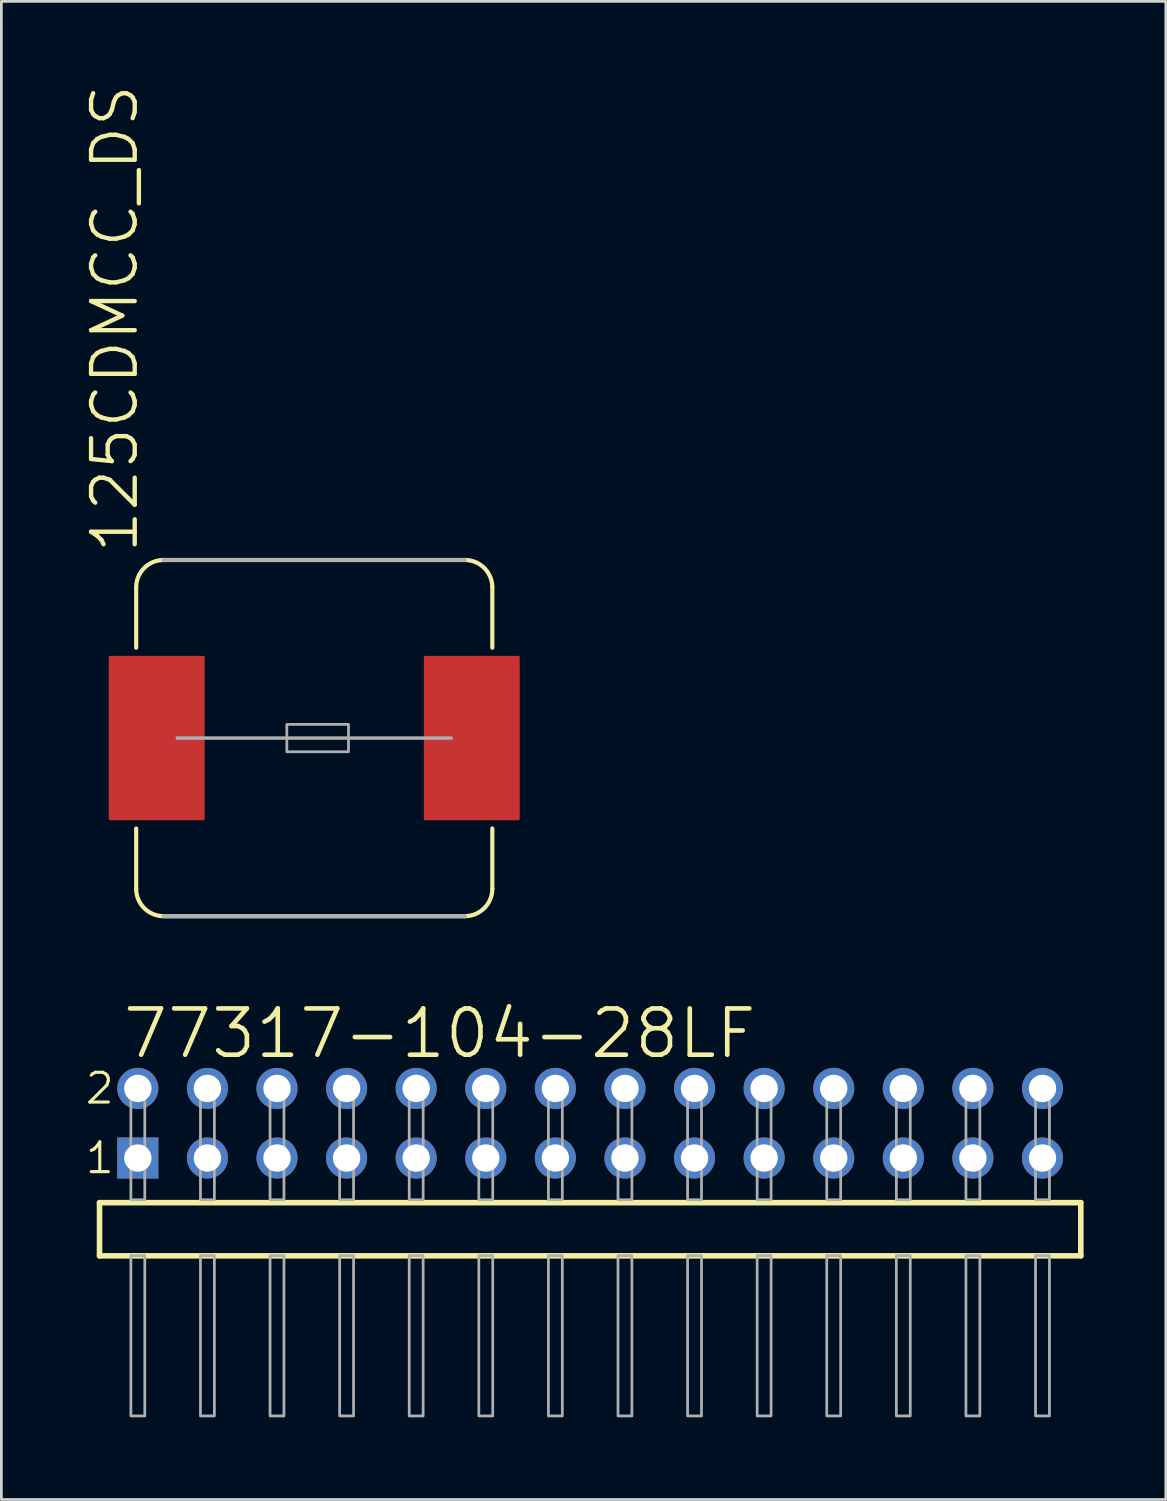
<source format=kicad_pcb>
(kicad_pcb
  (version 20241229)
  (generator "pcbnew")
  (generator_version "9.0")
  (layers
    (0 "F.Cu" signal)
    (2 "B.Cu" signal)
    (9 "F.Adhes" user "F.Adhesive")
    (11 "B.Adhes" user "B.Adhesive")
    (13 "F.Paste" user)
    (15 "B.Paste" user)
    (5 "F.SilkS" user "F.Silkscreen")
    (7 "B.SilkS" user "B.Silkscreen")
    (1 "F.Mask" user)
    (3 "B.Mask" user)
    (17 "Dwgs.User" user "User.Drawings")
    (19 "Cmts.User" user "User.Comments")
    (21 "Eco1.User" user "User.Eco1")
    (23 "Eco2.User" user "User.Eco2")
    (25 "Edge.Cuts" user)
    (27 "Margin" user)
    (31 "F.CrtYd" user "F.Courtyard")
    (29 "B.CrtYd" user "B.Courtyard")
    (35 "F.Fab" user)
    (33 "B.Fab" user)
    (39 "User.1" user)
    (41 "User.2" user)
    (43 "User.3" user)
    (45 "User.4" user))
  (footprint "125CDMCC_DS"
    (layer "F.Cu")
    (at 8.42 23.89)
    (property "Reference" "125CDMCC_DS" (at -6.35 -6.668 270) (layer "F.SilkS") (effects (font (size 1.593 1.593) (thickness 0.159)) (justify left bottom)))
    (attr through_hole)
    (fp_line (start -6.5 -3.3) (end -6.5 -5.5) (stroke (width 0.152) (type solid)) (layer "F.SilkS"))
    (fp_line (start -6.5 3.3) (end -6.5 5.5) (stroke (width 0.152) (type solid)) (layer "F.SilkS"))
    (fp_line (start -5.5 -6.5) (end 5.5 -6.5) (stroke (width 0.152) (type solid)) (layer "F.SilkS"))
    (fp_line (start 5.5 6.5) (end -5.5 6.5) (stroke (width 0.152) (type solid)) (layer "F.SilkS"))
    (fp_line (start 6.5 -3.3) (end 6.5 -5.5) (stroke (width 0.152) (type solid)) (layer "F.SilkS"))
    (fp_line (start 6.5 3.3) (end 6.5 5.5) (stroke (width 0.152) (type solid)) (layer "F.SilkS"))
    (fp_arc (start -6.5 -5.5) (mid -6.207107 -6.207107) (end -5.5 -6.5) (stroke (width 0.1524) (type solid)) (layer "F.SilkS"))
    (fp_arc (start -5.5 6.5) (mid -6.207107 6.207107) (end -6.5 5.5) (stroke (width 0.1524) (type solid)) (layer "F.SilkS"))
    (fp_arc (start 5.5 -6.5) (mid 6.207107 -6.207107) (end 6.5 -5.5) (stroke (width 0.1524) (type solid)) (layer "F.SilkS"))
    (fp_arc (start 6.5 5.5) (mid 6.207107 6.207107) (end 5.5 6.5) (stroke (width 0.1524) (type solid)) (layer "F.SilkS"))
    (fp_line (start -5.5 6.5) (end 5.5 6.5) (stroke (width 0.152) (type solid)) (layer "F.Fab"))
    (fp_line (start -5 0) (end 5 0) (stroke (width 0.127) (type solid)) (layer "F.Fab"))
    (fp_line (start 5.5 -6.5) (end -5.5 -6.5) (stroke (width 0.152) (type solid)) (layer "F.Fab"))
    (fp_poly (pts (xy -1 0.5) (xy 1.25 0.5) (xy 1.25 -0.5) (xy -1 -0.5)) (stroke (width 0.1) (type solid)) (fill no) (layer "F.Fab"))
    (pad "1" smd roundrect (at -5.75 0 180) (size 3.5 6) (layers "F.Cu" "F.Mask" "F.Paste") (roundrect_rratio 0.015))
    (pad "2" smd roundrect (at 5.75 0 180) (size 3.5 6) (layers "F.Cu" "F.Mask" "F.Paste") (roundrect_rratio 0.015)))
  (footprint "77317-104-28LF"
    (layer "F.Cu")
    (at 35.001 36.678)
    (property "Reference" "77317-104-28LF" (at -33.655 -1.016 0) (layer "F.SilkS") (effects (font (size 1.689 1.689) (thickness 0.169)) (justify left bottom)))
    (attr through_hole)
    (fp_line (start -34.419 4.17) (end -34.419 6.11) (stroke (width 0.203) (type solid)) (layer "F.SilkS"))
    (fp_line (start -34.419 6.11) (end 1.399 6.11) (stroke (width 0.203) (type solid)) (layer "F.SilkS"))
    (fp_line (start 1.399 4.17) (end -34.419 4.17) (stroke (width 0.203) (type solid)) (layer "F.SilkS"))
    (fp_line (start 1.399 6.11) (end 1.399 4.17) (stroke (width 0.203) (type solid)) (layer "F.SilkS"))
    (fp_poly (pts (xy -33.274 4.064) (xy -32.766 4.064) (xy -32.766 -0.254) (xy -33.274 -0.254)) (stroke (width 0.1) (type solid)) (fill no) (layer "F.Fab"))
    (fp_poly (pts (xy -33.274 11.954) (xy -32.766 11.954) (xy -32.766 6.104) (xy -33.274 6.104)) (stroke (width 0.1) (type solid)) (fill no) (layer "F.Fab"))
    (fp_poly (pts (xy -30.734 4.064) (xy -30.226 4.064) (xy -30.226 -0.254) (xy -30.734 -0.254)) (stroke (width 0.1) (type solid)) (fill no) (layer "F.Fab"))
    (fp_poly (pts (xy -30.734 11.954) (xy -30.226 11.954) (xy -30.226 6.104) (xy -30.734 6.104)) (stroke (width 0.1) (type solid)) (fill no) (layer "F.Fab"))
    (fp_poly (pts (xy -28.194 4.064) (xy -27.686 4.064) (xy -27.686 -0.254) (xy -28.194 -0.254)) (stroke (width 0.1) (type solid)) (fill no) (layer "F.Fab"))
    (fp_poly (pts (xy -28.194 11.954) (xy -27.686 11.954) (xy -27.686 6.104) (xy -28.194 6.104)) (stroke (width 0.1) (type solid)) (fill no) (layer "F.Fab"))
    (fp_poly (pts (xy -25.654 4.064) (xy -25.146 4.064) (xy -25.146 -0.254) (xy -25.654 -0.254)) (stroke (width 0.1) (type solid)) (fill no) (layer "F.Fab"))
    (fp_poly (pts (xy -25.654 11.954) (xy -25.146 11.954) (xy -25.146 6.104) (xy -25.654 6.104)) (stroke (width 0.1) (type solid)) (fill no) (layer "F.Fab"))
    (fp_poly (pts (xy -23.114 4.064) (xy -22.606 4.064) (xy -22.606 -0.254) (xy -23.114 -0.254)) (stroke (width 0.1) (type solid)) (fill no) (layer "F.Fab"))
    (fp_poly (pts (xy -23.114 11.954) (xy -22.606 11.954) (xy -22.606 6.104) (xy -23.114 6.104)) (stroke (width 0.1) (type solid)) (fill no) (layer "F.Fab"))
    (fp_poly (pts (xy -20.574 4.064) (xy -20.066 4.064) (xy -20.066 -0.254) (xy -20.574 -0.254)) (stroke (width 0.1) (type solid)) (fill no) (layer "F.Fab"))
    (fp_poly (pts (xy -20.574 11.954) (xy -20.066 11.954) (xy -20.066 6.104) (xy -20.574 6.104)) (stroke (width 0.1) (type solid)) (fill no) (layer "F.Fab"))
    (fp_poly (pts (xy -18.034 4.064) (xy -17.526 4.064) (xy -17.526 -0.254) (xy -18.034 -0.254)) (stroke (width 0.1) (type solid)) (fill no) (layer "F.Fab"))
    (fp_poly (pts (xy -18.034 11.954) (xy -17.526 11.954) (xy -17.526 6.104) (xy -18.034 6.104)) (stroke (width 0.1) (type solid)) (fill no) (layer "F.Fab"))
    (fp_poly (pts (xy -15.494 4.064) (xy -14.986 4.064) (xy -14.986 -0.254) (xy -15.494 -0.254)) (stroke (width 0.1) (type solid)) (fill no) (layer "F.Fab"))
    (fp_poly (pts (xy -15.494 11.954) (xy -14.986 11.954) (xy -14.986 6.104) (xy -15.494 6.104)) (stroke (width 0.1) (type solid)) (fill no) (layer "F.Fab"))
    (fp_poly (pts (xy -12.954 4.064) (xy -12.446 4.064) (xy -12.446 -0.254) (xy -12.954 -0.254)) (stroke (width 0.1) (type solid)) (fill no) (layer "F.Fab"))
    (fp_poly (pts (xy -12.954 11.954) (xy -12.446 11.954) (xy -12.446 6.104) (xy -12.954 6.104)) (stroke (width 0.1) (type solid)) (fill no) (layer "F.Fab"))
    (fp_poly (pts (xy -10.414 4.064) (xy -9.906 4.064) (xy -9.906 -0.254) (xy -10.414 -0.254)) (stroke (width 0.1) (type solid)) (fill no) (layer "F.Fab"))
    (fp_poly (pts (xy -10.414 11.954) (xy -9.906 11.954) (xy -9.906 6.104) (xy -10.414 6.104)) (stroke (width 0.1) (type solid)) (fill no) (layer "F.Fab"))
    (fp_poly (pts (xy -7.874 4.064) (xy -7.366 4.064) (xy -7.366 -0.254) (xy -7.874 -0.254)) (stroke (width 0.1) (type solid)) (fill no) (layer "F.Fab"))
    (fp_poly (pts (xy -7.874 11.954) (xy -7.366 11.954) (xy -7.366 6.104) (xy -7.874 6.104)) (stroke (width 0.1) (type solid)) (fill no) (layer "F.Fab"))
    (fp_poly (pts (xy -5.334 4.064) (xy -4.826 4.064) (xy -4.826 -0.254) (xy -5.334 -0.254)) (stroke (width 0.1) (type solid)) (fill no) (layer "F.Fab"))
    (fp_poly (pts (xy -5.334 11.954) (xy -4.826 11.954) (xy -4.826 6.104) (xy -5.334 6.104)) (stroke (width 0.1) (type solid)) (fill no) (layer "F.Fab"))
    (fp_poly (pts (xy -2.794 4.064) (xy -2.286 4.064) (xy -2.286 -0.254) (xy -2.794 -0.254)) (stroke (width 0.1) (type solid)) (fill no) (layer "F.Fab"))
    (fp_poly (pts (xy -2.794 11.954) (xy -2.286 11.954) (xy -2.286 6.104) (xy -2.794 6.104)) (stroke (width 0.1) (type solid)) (fill no) (layer "F.Fab"))
    (fp_poly (pts (xy -0.254 4.064) (xy 0.254 4.064) (xy 0.254 -0.254) (xy -0.254 -0.254)) (stroke (width 0.1) (type solid)) (fill no) (layer "F.Fab"))
    (fp_poly (pts (xy -0.254 11.954) (xy 0.254 11.954) (xy 0.254 6.104) (xy -0.254 6.104)) (stroke (width 0.1) (type solid)) (fill no) (layer "F.Fab"))
    (fp_text user "2" (at -35.001 0.635 0) (layer "F.SilkS") (effects (font (size 1.086 1.086) (thickness 0.114)) (justify left bottom)))
    (fp_text user "1" (at -35.001 3.175 0) (layer "F.SilkS") (effects (font (size 1.086 1.086) (thickness 0.114)) (justify left bottom)))
    (pad "1" thru_hole rect (at -33.02 2.54) (size 1.5 1.5) (drill 1) (layers "*.Cu" "*.Mask"))
    (pad "2" thru_hole circle (at -33.02 0) (size 1.5 1.5) (drill 1) (layers "*.Cu" "*.Mask"))
    (pad "3" thru_hole circle (at -30.48 2.54) (size 1.5 1.5) (drill 1) (layers "*.Cu" "*.Mask"))
    (pad "4" thru_hole circle (at -30.48 0) (size 1.5 1.5) (drill 1) (layers "*.Cu" "*.Mask"))
    (pad "5" thru_hole circle (at -27.94 2.54) (size 1.5 1.5) (drill 1) (layers "*.Cu" "*.Mask"))
    (pad "6" thru_hole circle (at -27.94 0) (size 1.5 1.5) (drill 1) (layers "*.Cu" "*.Mask"))
    (pad "7" thru_hole circle (at -25.4 2.54) (size 1.5 1.5) (drill 1) (layers "*.Cu" "*.Mask"))
    (pad "8" thru_hole circle (at -25.4 0) (size 1.5 1.5) (drill 1) (layers "*.Cu" "*.Mask"))
    (pad "9" thru_hole circle (at -22.86 2.54) (size 1.5 1.5) (drill 1) (layers "*.Cu" "*.Mask"))
    (pad "10" thru_hole circle (at -22.86 0) (size 1.5 1.5) (drill 1) (layers "*.Cu" "*.Mask"))
    (pad "11" thru_hole circle (at -20.32 2.54) (size 1.5 1.5) (drill 1) (layers "*.Cu" "*.Mask"))
    (pad "12" thru_hole circle (at -20.32 0) (size 1.5 1.5) (drill 1) (layers "*.Cu" "*.Mask"))
    (pad "13" thru_hole circle (at -17.78 2.54) (size 1.5 1.5) (drill 1) (layers "*.Cu" "*.Mask"))
    (pad "14" thru_hole circle (at -17.78 0) (size 1.5 1.5) (drill 1) (layers "*.Cu" "*.Mask"))
    (pad "15" thru_hole circle (at -15.24 2.54) (size 1.5 1.5) (drill 1) (layers "*.Cu" "*.Mask"))
    (pad "16" thru_hole circle (at -15.24 0) (size 1.5 1.5) (drill 1) (layers "*.Cu" "*.Mask"))
    (pad "17" thru_hole circle (at -12.7 2.54) (size 1.5 1.5) (drill 1) (layers "*.Cu" "*.Mask"))
    (pad "18" thru_hole circle (at -12.7 0) (size 1.5 1.5) (drill 1) (layers "*.Cu" "*.Mask"))
    (pad "19" thru_hole circle (at -10.16 2.54) (size 1.5 1.5) (drill 1) (layers "*.Cu" "*.Mask"))
    (pad "20" thru_hole circle (at -10.16 0) (size 1.5 1.5) (drill 1) (layers "*.Cu" "*.Mask"))
    (pad "21" thru_hole circle (at -7.62 2.54) (size 1.5 1.5) (drill 1) (layers "*.Cu" "*.Mask"))
    (pad "22" thru_hole circle (at -7.62 0) (size 1.5 1.5) (drill 1) (layers "*.Cu" "*.Mask"))
    (pad "23" thru_hole circle (at -5.08 2.54) (size 1.5 1.5) (drill 1) (layers "*.Cu" "*.Mask"))
    (pad "24" thru_hole circle (at -5.08 0) (size 1.5 1.5) (drill 1) (layers "*.Cu" "*.Mask"))
    (pad "25" thru_hole circle (at -2.54 2.54) (size 1.5 1.5) (drill 1) (layers "*.Cu" "*.Mask"))
    (pad "26" thru_hole circle (at -2.54 0) (size 1.5 1.5) (drill 1) (layers "*.Cu" "*.Mask"))
    (pad "27" thru_hole circle (at 0 2.54) (size 1.5 1.5) (drill 1) (layers "*.Cu" "*.Mask"))
    (pad "28" thru_hole circle (at 0 0) (size 1.5 1.5) (drill 1) (layers "*.Cu" "*.Mask")))
  (gr_rect
    (start -3 -3)
    (end 39.502 51.682)
    (stroke (width 0.1) (type default))
    (fill no)
    (layer "Edge.Cuts")))
</source>
